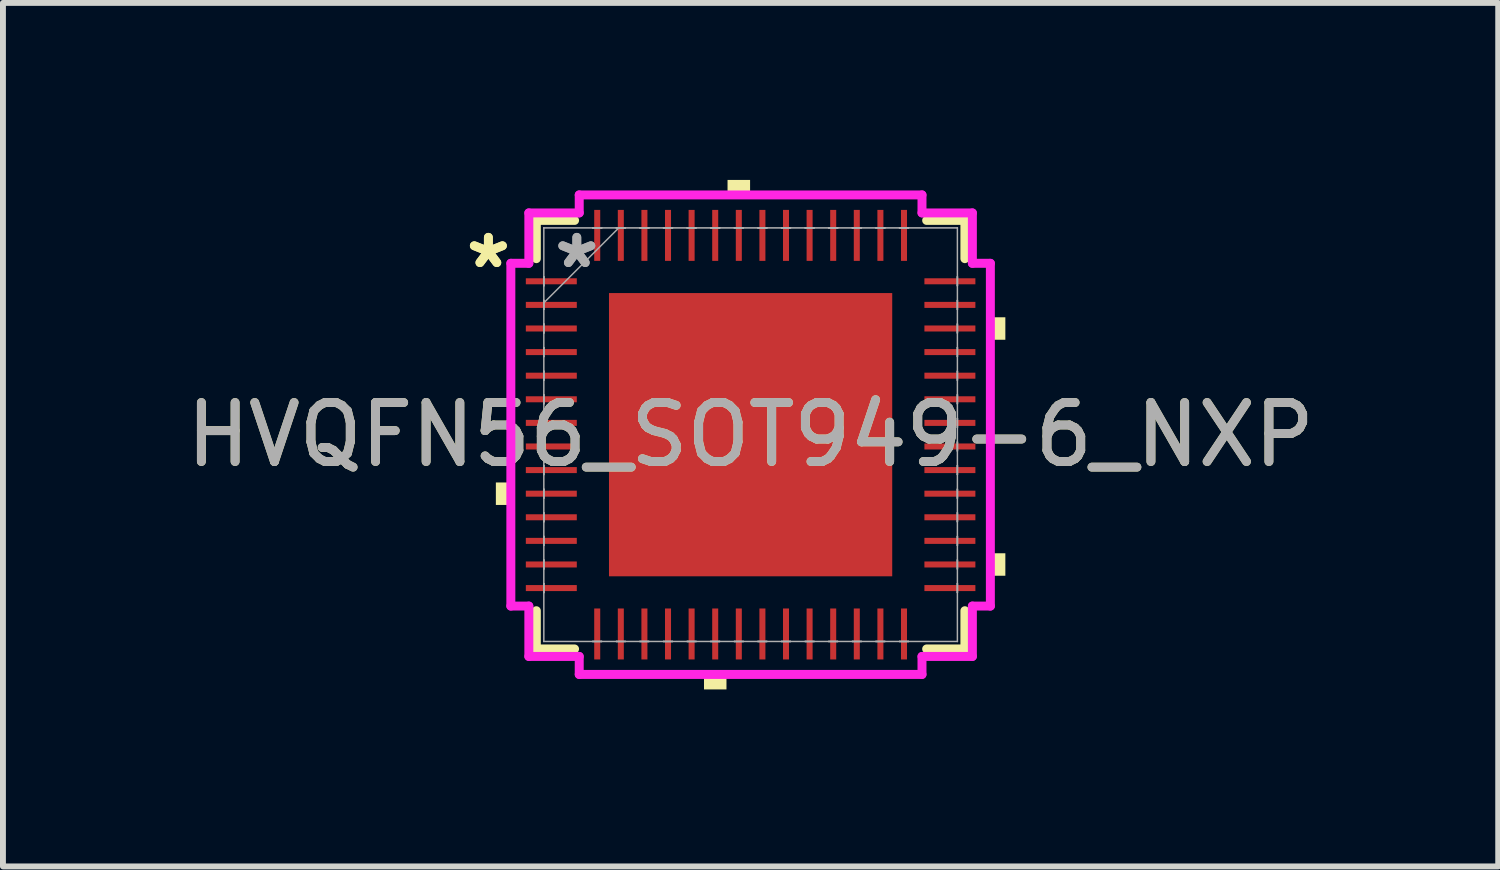
<source format=kicad_pcb>
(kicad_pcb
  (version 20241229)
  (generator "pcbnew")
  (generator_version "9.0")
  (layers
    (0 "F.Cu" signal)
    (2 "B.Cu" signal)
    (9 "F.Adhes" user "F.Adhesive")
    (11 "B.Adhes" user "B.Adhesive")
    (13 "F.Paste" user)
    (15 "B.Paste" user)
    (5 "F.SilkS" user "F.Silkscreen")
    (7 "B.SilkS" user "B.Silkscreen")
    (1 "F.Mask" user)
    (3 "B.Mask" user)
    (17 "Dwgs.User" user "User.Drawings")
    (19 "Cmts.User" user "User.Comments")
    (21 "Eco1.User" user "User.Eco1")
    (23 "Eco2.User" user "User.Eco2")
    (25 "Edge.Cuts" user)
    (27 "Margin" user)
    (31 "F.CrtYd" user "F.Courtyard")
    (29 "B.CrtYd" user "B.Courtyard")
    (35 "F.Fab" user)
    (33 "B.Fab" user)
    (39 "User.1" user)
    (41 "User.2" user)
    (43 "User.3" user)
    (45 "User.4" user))
  (footprint "HVQFN56_SOT949-6_NXP"
    (layer "F.Cu")
    (at 9.673 4.318)
    (property "Reference" "HVQFN56_SOT949-6_NXP" (at 0 0 0) (unlocked yes) (layer "F.SilkS") (effects (font (size 1 1) (thickness 0.15))))
    (attr smd)
    (fp_line (start -3.632 -3.632) (end -3.632 -2.984) (stroke (width 0.152) (type solid)) (layer "F.SilkS"))
    (fp_line (start -3.632 2.984) (end -3.632 3.632) (stroke (width 0.152) (type solid)) (layer "F.SilkS"))
    (fp_line (start -3.632 3.632) (end -2.984 3.632) (stroke (width 0.152) (type solid)) (layer "F.SilkS"))
    (fp_line (start -2.984 -3.632) (end -3.632 -3.632) (stroke (width 0.152) (type solid)) (layer "F.SilkS"))
    (fp_line (start 2.984 3.632) (end 3.632 3.632) (stroke (width 0.152) (type solid)) (layer "F.SilkS"))
    (fp_line (start 3.632 -3.632) (end 2.984 -3.632) (stroke (width 0.152) (type solid)) (layer "F.SilkS"))
    (fp_line (start 3.632 -2.984) (end 3.632 -3.632) (stroke (width 0.152) (type solid)) (layer "F.SilkS"))
    (fp_line (start 3.632 3.632) (end 3.632 2.984) (stroke (width 0.152) (type solid)) (layer "F.SilkS"))
    (fp_poly (pts (xy -4.318 0.81) (xy -4.318 1.191) (xy -4.064 1.191) (xy -4.064 0.81)) (stroke (width 0) (type solid)) (fill yes) (layer "F.SilkS"))
    (fp_poly (pts (xy -0.79 4.064) (xy -0.79 4.318) (xy -0.409 4.318) (xy -0.409 4.064)) (stroke (width 0) (type solid)) (fill yes) (layer "F.SilkS"))
    (fp_poly (pts (xy -0.391 -4.064) (xy -0.391 -4.318) (xy -0.009 -4.318) (xy -0.009 -4.064)) (stroke (width 0) (type solid)) (fill yes) (layer "F.SilkS"))
    (fp_poly (pts (xy 4.318 -1.99) (xy 4.318 -1.609) (xy 4.064 -1.609) (xy 4.064 -1.99)) (stroke (width 0) (type solid)) (fill yes) (layer "F.SilkS"))
    (fp_poly (pts (xy 4.318 2.01) (xy 4.318 2.391) (xy 4.064 2.391) (xy 4.064 2.01)) (stroke (width 0) (type solid)) (fill yes) (layer "F.SilkS"))
    (fp_poly (pts (xy -2.3 -2.3) (xy -2.3 -0.9) (xy -0.9 -0.9) (xy -0.9 -2.3)) (stroke (width 0) (type solid)) (fill yes) (layer "F.Paste"))
    (fp_poly (pts (xy -2.3 -0.7) (xy -2.3 0.7) (xy -0.9 0.7) (xy -0.9 -0.7)) (stroke (width 0) (type solid)) (fill yes) (layer "F.Paste"))
    (fp_poly (pts (xy -2.3 0.9) (xy -2.3 2.3) (xy -0.9 2.3) (xy -0.9 0.9)) (stroke (width 0) (type solid)) (fill yes) (layer "F.Paste"))
    (fp_poly (pts (xy -0.7 -2.3) (xy -0.7 -0.9) (xy 0.7 -0.9) (xy 0.7 -2.3)) (stroke (width 0) (type solid)) (fill yes) (layer "F.Paste"))
    (fp_poly (pts (xy -0.7 -0.7) (xy -0.7 0.7) (xy 0.7 0.7) (xy 0.7 -0.7)) (stroke (width 0) (type solid)) (fill yes) (layer "F.Paste"))
    (fp_poly (pts (xy -0.7 0.9) (xy -0.7 2.3) (xy 0.7 2.3) (xy 0.7 0.9)) (stroke (width 0) (type solid)) (fill yes) (layer "F.Paste"))
    (fp_poly (pts (xy 0.9 -2.3) (xy 0.9 -0.9) (xy 2.3 -0.9) (xy 2.3 -2.3)) (stroke (width 0) (type solid)) (fill yes) (layer "F.Paste"))
    (fp_poly (pts (xy 0.9 -0.7) (xy 0.9 0.7) (xy 2.3 0.7) (xy 2.3 -0.7)) (stroke (width 0) (type solid)) (fill yes) (layer "F.Paste"))
    (fp_poly (pts (xy 0.9 0.9) (xy 0.9 2.3) (xy 2.3 2.3) (xy 2.3 0.9)) (stroke (width 0) (type solid)) (fill yes) (layer "F.Paste"))
    (fp_line (start -4.064 -2.905) (end -3.759 -2.905) (stroke (width 0.152) (type solid)) (layer "F.CrtYd"))
    (fp_line (start -4.064 2.905) (end -4.064 -2.905) (stroke (width 0.152) (type solid)) (layer "F.CrtYd"))
    (fp_line (start -3.759 -3.759) (end -2.905 -3.759) (stroke (width 0.152) (type solid)) (layer "F.CrtYd"))
    (fp_line (start -3.759 -2.905) (end -3.759 -3.759) (stroke (width 0.152) (type solid)) (layer "F.CrtYd"))
    (fp_line (start -3.759 2.905) (end -4.064 2.905) (stroke (width 0.152) (type solid)) (layer "F.CrtYd"))
    (fp_line (start -3.759 3.759) (end -3.759 2.905) (stroke (width 0.152) (type solid)) (layer "F.CrtYd"))
    (fp_line (start -2.905 -4.064) (end 2.905 -4.064) (stroke (width 0.152) (type solid)) (layer "F.CrtYd"))
    (fp_line (start -2.905 -3.759) (end -2.905 -4.064) (stroke (width 0.152) (type solid)) (layer "F.CrtYd"))
    (fp_line (start -2.905 3.759) (end -3.759 3.759) (stroke (width 0.152) (type solid)) (layer "F.CrtYd"))
    (fp_line (start -2.905 4.064) (end -2.905 3.759) (stroke (width 0.152) (type solid)) (layer "F.CrtYd"))
    (fp_line (start 2.905 -4.064) (end 2.905 -3.759) (stroke (width 0.152) (type solid)) (layer "F.CrtYd"))
    (fp_line (start 2.905 -3.759) (end 3.759 -3.759) (stroke (width 0.152) (type solid)) (layer "F.CrtYd"))
    (fp_line (start 2.905 3.759) (end 2.905 4.064) (stroke (width 0.152) (type solid)) (layer "F.CrtYd"))
    (fp_line (start 2.905 4.064) (end -2.905 4.064) (stroke (width 0.152) (type solid)) (layer "F.CrtYd"))
    (fp_line (start 3.759 -3.759) (end 3.759 -2.905) (stroke (width 0.152) (type solid)) (layer "F.CrtYd"))
    (fp_line (start 3.759 -2.905) (end 4.064 -2.905) (stroke (width 0.152) (type solid)) (layer "F.CrtYd"))
    (fp_line (start 3.759 2.905) (end 3.759 3.759) (stroke (width 0.152) (type solid)) (layer "F.CrtYd"))
    (fp_line (start 3.759 3.759) (end 2.905 3.759) (stroke (width 0.152) (type solid)) (layer "F.CrtYd"))
    (fp_line (start 4.064 -2.905) (end 4.064 2.905) (stroke (width 0.152) (type solid)) (layer "F.CrtYd"))
    (fp_line (start 4.064 2.905) (end 3.759 2.905) (stroke (width 0.152) (type solid)) (layer "F.CrtYd"))
    (fp_line (start -3.505 -3.505) (end -3.505 -3.505) (stroke (width 0.025) (type solid)) (layer "F.Fab"))
    (fp_line (start -3.505 -3.505) (end -3.505 3.505) (stroke (width 0.025) (type solid)) (layer "F.Fab"))
    (fp_line (start -3.505 -2.676) (end -3.505 -2.676) (stroke (width 0.025) (type solid)) (layer "F.Fab"))
    (fp_line (start -3.505 -2.676) (end -3.505 -2.524) (stroke (width 0.025) (type solid)) (layer "F.Fab"))
    (fp_line (start -3.505 -2.524) (end -3.505 -2.676) (stroke (width 0.025) (type solid)) (layer "F.Fab"))
    (fp_line (start -3.505 -2.524) (end -3.505 -2.524) (stroke (width 0.025) (type solid)) (layer "F.Fab"))
    (fp_line (start -3.505 -2.276) (end -3.505 -2.276) (stroke (width 0.025) (type solid)) (layer "F.Fab"))
    (fp_line (start -3.505 -2.276) (end -3.505 -2.124) (stroke (width 0.025) (type solid)) (layer "F.Fab"))
    (fp_line (start -3.505 -2.235) (end -2.235 -3.505) (stroke (width 0.025) (type solid)) (layer "F.Fab"))
    (fp_line (start -3.505 -2.124) (end -3.505 -2.276) (stroke (width 0.025) (type solid)) (layer "F.Fab"))
    (fp_line (start -3.505 -2.124) (end -3.505 -2.124) (stroke (width 0.025) (type solid)) (layer "F.Fab"))
    (fp_line (start -3.505 -1.876) (end -3.505 -1.876) (stroke (width 0.025) (type solid)) (layer "F.Fab"))
    (fp_line (start -3.505 -1.876) (end -3.505 -1.724) (stroke (width 0.025) (type solid)) (layer "F.Fab"))
    (fp_line (start -3.505 -1.724) (end -3.505 -1.876) (stroke (width 0.025) (type solid)) (layer "F.Fab"))
    (fp_line (start -3.505 -1.724) (end -3.505 -1.724) (stroke (width 0.025) (type solid)) (layer "F.Fab"))
    (fp_line (start -3.505 -1.476) (end -3.505 -1.476) (stroke (width 0.025) (type solid)) (layer "F.Fab"))
    (fp_line (start -3.505 -1.476) (end -3.505 -1.324) (stroke (width 0.025) (type solid)) (layer "F.Fab"))
    (fp_line (start -3.505 -1.324) (end -3.505 -1.476) (stroke (width 0.025) (type solid)) (layer "F.Fab"))
    (fp_line (start -3.505 -1.324) (end -3.505 -1.324) (stroke (width 0.025) (type solid)) (layer "F.Fab"))
    (fp_line (start -3.505 -1.076) (end -3.505 -1.076) (stroke (width 0.025) (type solid)) (layer "F.Fab"))
    (fp_line (start -3.505 -1.076) (end -3.505 -0.924) (stroke (width 0.025) (type solid)) (layer "F.Fab"))
    (fp_line (start -3.505 -0.924) (end -3.505 -1.076) (stroke (width 0.025) (type solid)) (layer "F.Fab"))
    (fp_line (start -3.505 -0.924) (end -3.505 -0.924) (stroke (width 0.025) (type solid)) (layer "F.Fab"))
    (fp_line (start -3.505 -0.676) (end -3.505 -0.676) (stroke (width 0.025) (type solid)) (layer "F.Fab"))
    (fp_line (start -3.505 -0.676) (end -3.505 -0.524) (stroke (width 0.025) (type solid)) (layer "F.Fab"))
    (fp_line (start -3.505 -0.524) (end -3.505 -0.676) (stroke (width 0.025) (type solid)) (layer "F.Fab"))
    (fp_line (start -3.505 -0.524) (end -3.505 -0.524) (stroke (width 0.025) (type solid)) (layer "F.Fab"))
    (fp_line (start -3.505 -0.276) (end -3.505 -0.276) (stroke (width 0.025) (type solid)) (layer "F.Fab"))
    (fp_line (start -3.505 -0.276) (end -3.505 -0.124) (stroke (width 0.025) (type solid)) (layer "F.Fab"))
    (fp_line (start -3.505 -0.124) (end -3.505 -0.276) (stroke (width 0.025) (type solid)) (layer "F.Fab"))
    (fp_line (start -3.505 -0.124) (end -3.505 -0.124) (stroke (width 0.025) (type solid)) (layer "F.Fab"))
    (fp_line (start -3.505 0.124) (end -3.505 0.124) (stroke (width 0.025) (type solid)) (layer "F.Fab"))
    (fp_line (start -3.505 0.124) (end -3.505 0.276) (stroke (width 0.025) (type solid)) (layer "F.Fab"))
    (fp_line (start -3.505 0.276) (end -3.505 0.124) (stroke (width 0.025) (type solid)) (layer "F.Fab"))
    (fp_line (start -3.505 0.276) (end -3.505 0.276) (stroke (width 0.025) (type solid)) (layer "F.Fab"))
    (fp_line (start -3.505 0.524) (end -3.505 0.524) (stroke (width 0.025) (type solid)) (layer "F.Fab"))
    (fp_line (start -3.505 0.524) (end -3.505 0.676) (stroke (width 0.025) (type solid)) (layer "F.Fab"))
    (fp_line (start -3.505 0.676) (end -3.505 0.524) (stroke (width 0.025) (type solid)) (layer "F.Fab"))
    (fp_line (start -3.505 0.676) (end -3.505 0.676) (stroke (width 0.025) (type solid)) (layer "F.Fab"))
    (fp_line (start -3.505 0.924) (end -3.505 0.924) (stroke (width 0.025) (type solid)) (layer "F.Fab"))
    (fp_line (start -3.505 0.924) (end -3.505 1.076) (stroke (width 0.025) (type solid)) (layer "F.Fab"))
    (fp_line (start -3.505 1.076) (end -3.505 0.924) (stroke (width 0.025) (type solid)) (layer "F.Fab"))
    (fp_line (start -3.505 1.076) (end -3.505 1.076) (stroke (width 0.025) (type solid)) (layer "F.Fab"))
    (fp_line (start -3.505 1.324) (end -3.505 1.324) (stroke (width 0.025) (type solid)) (layer "F.Fab"))
    (fp_line (start -3.505 1.324) (end -3.505 1.476) (stroke (width 0.025) (type solid)) (layer "F.Fab"))
    (fp_line (start -3.505 1.476) (end -3.505 1.324) (stroke (width 0.025) (type solid)) (layer "F.Fab"))
    (fp_line (start -3.505 1.476) (end -3.505 1.476) (stroke (width 0.025) (type solid)) (layer "F.Fab"))
    (fp_line (start -3.505 1.724) (end -3.505 1.724) (stroke (width 0.025) (type solid)) (layer "F.Fab"))
    (fp_line (start -3.505 1.724) (end -3.505 1.876) (stroke (width 0.025) (type solid)) (layer "F.Fab"))
    (fp_line (start -3.505 1.876) (end -3.505 1.724) (stroke (width 0.025) (type solid)) (layer "F.Fab"))
    (fp_line (start -3.505 1.876) (end -3.505 1.876) (stroke (width 0.025) (type solid)) (layer "F.Fab"))
    (fp_line (start -3.505 2.124) (end -3.505 2.124) (stroke (width 0.025) (type solid)) (layer "F.Fab"))
    (fp_line (start -3.505 2.124) (end -3.505 2.276) (stroke (width 0.025) (type solid)) (layer "F.Fab"))
    (fp_line (start -3.505 2.276) (end -3.505 2.124) (stroke (width 0.025) (type solid)) (layer "F.Fab"))
    (fp_line (start -3.505 2.276) (end -3.505 2.276) (stroke (width 0.025) (type solid)) (layer "F.Fab"))
    (fp_line (start -3.505 2.524) (end -3.505 2.524) (stroke (width 0.025) (type solid)) (layer "F.Fab"))
    (fp_line (start -3.505 2.524) (end -3.505 2.676) (stroke (width 0.025) (type solid)) (layer "F.Fab"))
    (fp_line (start -3.505 2.676) (end -3.505 2.524) (stroke (width 0.025) (type solid)) (layer "F.Fab"))
    (fp_line (start -3.505 2.676) (end -3.505 2.676) (stroke (width 0.025) (type solid)) (layer "F.Fab"))
    (fp_line (start -3.505 3.505) (end -3.505 3.505) (stroke (width 0.025) (type solid)) (layer "F.Fab"))
    (fp_line (start -3.505 3.505) (end 3.505 3.505) (stroke (width 0.025) (type solid)) (layer "F.Fab"))
    (fp_line (start -2.676 -3.505) (end -2.676 -3.505) (stroke (width 0.025) (type solid)) (layer "F.Fab"))
    (fp_line (start -2.676 -3.505) (end -2.524 -3.505) (stroke (width 0.025) (type solid)) (layer "F.Fab"))
    (fp_line (start -2.676 3.505) (end -2.676 3.505) (stroke (width 0.025) (type solid)) (layer "F.Fab"))
    (fp_line (start -2.676 3.505) (end -2.524 3.505) (stroke (width 0.025) (type solid)) (layer "F.Fab"))
    (fp_line (start -2.524 -3.505) (end -2.676 -3.505) (stroke (width 0.025) (type solid)) (layer "F.Fab"))
    (fp_line (start -2.524 -3.505) (end -2.524 -3.505) (stroke (width 0.025) (type solid)) (layer "F.Fab"))
    (fp_line (start -2.524 3.505) (end -2.676 3.505) (stroke (width 0.025) (type solid)) (layer "F.Fab"))
    (fp_line (start -2.524 3.505) (end -2.524 3.505) (stroke (width 0.025) (type solid)) (layer "F.Fab"))
    (fp_line (start -2.276 -3.505) (end -2.276 -3.505) (stroke (width 0.025) (type solid)) (layer "F.Fab"))
    (fp_line (start -2.276 -3.505) (end -2.124 -3.505) (stroke (width 0.025) (type solid)) (layer "F.Fab"))
    (fp_line (start -2.276 3.505) (end -2.276 3.505) (stroke (width 0.025) (type solid)) (layer "F.Fab"))
    (fp_line (start -2.276 3.505) (end -2.124 3.505) (stroke (width 0.025) (type solid)) (layer "F.Fab"))
    (fp_line (start -2.124 -3.505) (end -2.276 -3.505) (stroke (width 0.025) (type solid)) (layer "F.Fab"))
    (fp_line (start -2.124 -3.505) (end -2.124 -3.505) (stroke (width 0.025) (type solid)) (layer "F.Fab"))
    (fp_line (start -2.124 3.505) (end -2.276 3.505) (stroke (width 0.025) (type solid)) (layer "F.Fab"))
    (fp_line (start -2.124 3.505) (end -2.124 3.505) (stroke (width 0.025) (type solid)) (layer "F.Fab"))
    (fp_line (start -1.876 -3.505) (end -1.876 -3.505) (stroke (width 0.025) (type solid)) (layer "F.Fab"))
    (fp_line (start -1.876 -3.505) (end -1.724 -3.505) (stroke (width 0.025) (type solid)) (layer "F.Fab"))
    (fp_line (start -1.876 3.505) (end -1.876 3.505) (stroke (width 0.025) (type solid)) (layer "F.Fab"))
    (fp_line (start -1.876 3.505) (end -1.724 3.505) (stroke (width 0.025) (type solid)) (layer "F.Fab"))
    (fp_line (start -1.724 -3.505) (end -1.876 -3.505) (stroke (width 0.025) (type solid)) (layer "F.Fab"))
    (fp_line (start -1.724 -3.505) (end -1.724 -3.505) (stroke (width 0.025) (type solid)) (layer "F.Fab"))
    (fp_line (start -1.724 3.505) (end -1.876 3.505) (stroke (width 0.025) (type solid)) (layer "F.Fab"))
    (fp_line (start -1.724 3.505) (end -1.724 3.505) (stroke (width 0.025) (type solid)) (layer "F.Fab"))
    (fp_line (start -1.476 -3.505) (end -1.476 -3.505) (stroke (width 0.025) (type solid)) (layer "F.Fab"))
    (fp_line (start -1.476 -3.505) (end -1.324 -3.505) (stroke (width 0.025) (type solid)) (layer "F.Fab"))
    (fp_line (start -1.476 3.505) (end -1.476 3.505) (stroke (width 0.025) (type solid)) (layer "F.Fab"))
    (fp_line (start -1.476 3.505) (end -1.324 3.505) (stroke (width 0.025) (type solid)) (layer "F.Fab"))
    (fp_line (start -1.324 -3.505) (end -1.476 -3.505) (stroke (width 0.025) (type solid)) (layer "F.Fab"))
    (fp_line (start -1.324 -3.505) (end -1.324 -3.505) (stroke (width 0.025) (type solid)) (layer "F.Fab"))
    (fp_line (start -1.324 3.505) (end -1.476 3.505) (stroke (width 0.025) (type solid)) (layer "F.Fab"))
    (fp_line (start -1.324 3.505) (end -1.324 3.505) (stroke (width 0.025) (type solid)) (layer "F.Fab"))
    (fp_line (start -1.076 -3.505) (end -1.076 -3.505) (stroke (width 0.025) (type solid)) (layer "F.Fab"))
    (fp_line (start -1.076 -3.505) (end -0.924 -3.505) (stroke (width 0.025) (type solid)) (layer "F.Fab"))
    (fp_line (start -1.076 3.505) (end -1.076 3.505) (stroke (width 0.025) (type solid)) (layer "F.Fab"))
    (fp_line (start -1.076 3.505) (end -0.924 3.505) (stroke (width 0.025) (type solid)) (layer "F.Fab"))
    (fp_line (start -0.924 -3.505) (end -1.076 -3.505) (stroke (width 0.025) (type solid)) (layer "F.Fab"))
    (fp_line (start -0.924 -3.505) (end -0.924 -3.505) (stroke (width 0.025) (type solid)) (layer "F.Fab"))
    (fp_line (start -0.924 3.505) (end -1.076 3.505) (stroke (width 0.025) (type solid)) (layer "F.Fab"))
    (fp_line (start -0.924 3.505) (end -0.924 3.505) (stroke (width 0.025) (type solid)) (layer "F.Fab"))
    (fp_line (start -0.676 -3.505) (end -0.676 -3.505) (stroke (width 0.025) (type solid)) (layer "F.Fab"))
    (fp_line (start -0.676 -3.505) (end -0.524 -3.505) (stroke (width 0.025) (type solid)) (layer "F.Fab"))
    (fp_line (start -0.676 3.505) (end -0.676 3.505) (stroke (width 0.025) (type solid)) (layer "F.Fab"))
    (fp_line (start -0.676 3.505) (end -0.524 3.505) (stroke (width 0.025) (type solid)) (layer "F.Fab"))
    (fp_line (start -0.524 -3.505) (end -0.676 -3.505) (stroke (width 0.025) (type solid)) (layer "F.Fab"))
    (fp_line (start -0.524 -3.505) (end -0.524 -3.505) (stroke (width 0.025) (type solid)) (layer "F.Fab"))
    (fp_line (start -0.524 3.505) (end -0.676 3.505) (stroke (width 0.025) (type solid)) (layer "F.Fab"))
    (fp_line (start -0.524 3.505) (end -0.524 3.505) (stroke (width 0.025) (type solid)) (layer "F.Fab"))
    (fp_line (start -0.276 -3.505) (end -0.276 -3.505) (stroke (width 0.025) (type solid)) (layer "F.Fab"))
    (fp_line (start -0.276 -3.505) (end -0.124 -3.505) (stroke (width 0.025) (type solid)) (layer "F.Fab"))
    (fp_line (start -0.276 3.505) (end -0.276 3.505) (stroke (width 0.025) (type solid)) (layer "F.Fab"))
    (fp_line (start -0.276 3.505) (end -0.124 3.505) (stroke (width 0.025) (type solid)) (layer "F.Fab"))
    (fp_line (start -0.124 -3.505) (end -0.276 -3.505) (stroke (width 0.025) (type solid)) (layer "F.Fab"))
    (fp_line (start -0.124 -3.505) (end -0.124 -3.505) (stroke (width 0.025) (type solid)) (layer "F.Fab"))
    (fp_line (start -0.124 3.505) (end -0.276 3.505) (stroke (width 0.025) (type solid)) (layer "F.Fab"))
    (fp_line (start -0.124 3.505) (end -0.124 3.505) (stroke (width 0.025) (type solid)) (layer "F.Fab"))
    (fp_line (start 0.124 -3.505) (end 0.124 -3.505) (stroke (width 0.025) (type solid)) (layer "F.Fab"))
    (fp_line (start 0.124 -3.505) (end 0.276 -3.505) (stroke (width 0.025) (type solid)) (layer "F.Fab"))
    (fp_line (start 0.124 3.505) (end 0.124 3.505) (stroke (width 0.025) (type solid)) (layer "F.Fab"))
    (fp_line (start 0.124 3.505) (end 0.276 3.505) (stroke (width 0.025) (type solid)) (layer "F.Fab"))
    (fp_line (start 0.276 -3.505) (end 0.124 -3.505) (stroke (width 0.025) (type solid)) (layer "F.Fab"))
    (fp_line (start 0.276 -3.505) (end 0.276 -3.505) (stroke (width 0.025) (type solid)) (layer "F.Fab"))
    (fp_line (start 0.276 3.505) (end 0.124 3.505) (stroke (width 0.025) (type solid)) (layer "F.Fab"))
    (fp_line (start 0.276 3.505) (end 0.276 3.505) (stroke (width 0.025) (type solid)) (layer "F.Fab"))
    (fp_line (start 0.524 -3.505) (end 0.524 -3.505) (stroke (width 0.025) (type solid)) (layer "F.Fab"))
    (fp_line (start 0.524 -3.505) (end 0.676 -3.505) (stroke (width 0.025) (type solid)) (layer "F.Fab"))
    (fp_line (start 0.524 3.505) (end 0.524 3.505) (stroke (width 0.025) (type solid)) (layer "F.Fab"))
    (fp_line (start 0.524 3.505) (end 0.676 3.505) (stroke (width 0.025) (type solid)) (layer "F.Fab"))
    (fp_line (start 0.676 -3.505) (end 0.524 -3.505) (stroke (width 0.025) (type solid)) (layer "F.Fab"))
    (fp_line (start 0.676 -3.505) (end 0.676 -3.505) (stroke (width 0.025) (type solid)) (layer "F.Fab"))
    (fp_line (start 0.676 3.505) (end 0.524 3.505) (stroke (width 0.025) (type solid)) (layer "F.Fab"))
    (fp_line (start 0.676 3.505) (end 0.676 3.505) (stroke (width 0.025) (type solid)) (layer "F.Fab"))
    (fp_line (start 0.924 -3.505) (end 0.924 -3.505) (stroke (width 0.025) (type solid)) (layer "F.Fab"))
    (fp_line (start 0.924 -3.505) (end 1.076 -3.505) (stroke (width 0.025) (type solid)) (layer "F.Fab"))
    (fp_line (start 0.924 3.505) (end 0.924 3.505) (stroke (width 0.025) (type solid)) (layer "F.Fab"))
    (fp_line (start 0.924 3.505) (end 1.076 3.505) (stroke (width 0.025) (type solid)) (layer "F.Fab"))
    (fp_line (start 1.076 -3.505) (end 0.924 -3.505) (stroke (width 0.025) (type solid)) (layer "F.Fab"))
    (fp_line (start 1.076 -3.505) (end 1.076 -3.505) (stroke (width 0.025) (type solid)) (layer "F.Fab"))
    (fp_line (start 1.076 3.505) (end 0.924 3.505) (stroke (width 0.025) (type solid)) (layer "F.Fab"))
    (fp_line (start 1.076 3.505) (end 1.076 3.505) (stroke (width 0.025) (type solid)) (layer "F.Fab"))
    (fp_line (start 1.324 -3.505) (end 1.324 -3.505) (stroke (width 0.025) (type solid)) (layer "F.Fab"))
    (fp_line (start 1.324 -3.505) (end 1.476 -3.505) (stroke (width 0.025) (type solid)) (layer "F.Fab"))
    (fp_line (start 1.324 3.505) (end 1.324 3.505) (stroke (width 0.025) (type solid)) (layer "F.Fab"))
    (fp_line (start 1.324 3.505) (end 1.476 3.505) (stroke (width 0.025) (type solid)) (layer "F.Fab"))
    (fp_line (start 1.476 -3.505) (end 1.324 -3.505) (stroke (width 0.025) (type solid)) (layer "F.Fab"))
    (fp_line (start 1.476 -3.505) (end 1.476 -3.505) (stroke (width 0.025) (type solid)) (layer "F.Fab"))
    (fp_line (start 1.476 3.505) (end 1.324 3.505) (stroke (width 0.025) (type solid)) (layer "F.Fab"))
    (fp_line (start 1.476 3.505) (end 1.476 3.505) (stroke (width 0.025) (type solid)) (layer "F.Fab"))
    (fp_line (start 1.724 -3.505) (end 1.724 -3.505) (stroke (width 0.025) (type solid)) (layer "F.Fab"))
    (fp_line (start 1.724 -3.505) (end 1.876 -3.505) (stroke (width 0.025) (type solid)) (layer "F.Fab"))
    (fp_line (start 1.724 3.505) (end 1.724 3.505) (stroke (width 0.025) (type solid)) (layer "F.Fab"))
    (fp_line (start 1.724 3.505) (end 1.876 3.505) (stroke (width 0.025) (type solid)) (layer "F.Fab"))
    (fp_line (start 1.876 -3.505) (end 1.724 -3.505) (stroke (width 0.025) (type solid)) (layer "F.Fab"))
    (fp_line (start 1.876 -3.505) (end 1.876 -3.505) (stroke (width 0.025) (type solid)) (layer "F.Fab"))
    (fp_line (start 1.876 3.505) (end 1.724 3.505) (stroke (width 0.025) (type solid)) (layer "F.Fab"))
    (fp_line (start 1.876 3.505) (end 1.876 3.505) (stroke (width 0.025) (type solid)) (layer "F.Fab"))
    (fp_line (start 2.124 -3.505) (end 2.124 -3.505) (stroke (width 0.025) (type solid)) (layer "F.Fab"))
    (fp_line (start 2.124 -3.505) (end 2.276 -3.505) (stroke (width 0.025) (type solid)) (layer "F.Fab"))
    (fp_line (start 2.124 3.505) (end 2.124 3.505) (stroke (width 0.025) (type solid)) (layer "F.Fab"))
    (fp_line (start 2.124 3.505) (end 2.276 3.505) (stroke (width 0.025) (type solid)) (layer "F.Fab"))
    (fp_line (start 2.276 -3.505) (end 2.124 -3.505) (stroke (width 0.025) (type solid)) (layer "F.Fab"))
    (fp_line (start 2.276 -3.505) (end 2.276 -3.505) (stroke (width 0.025) (type solid)) (layer "F.Fab"))
    (fp_line (start 2.276 3.505) (end 2.124 3.505) (stroke (width 0.025) (type solid)) (layer "F.Fab"))
    (fp_line (start 2.276 3.505) (end 2.276 3.505) (stroke (width 0.025) (type solid)) (layer "F.Fab"))
    (fp_line (start 2.524 -3.505) (end 2.524 -3.505) (stroke (width 0.025) (type solid)) (layer "F.Fab"))
    (fp_line (start 2.524 -3.505) (end 2.676 -3.505) (stroke (width 0.025) (type solid)) (layer "F.Fab"))
    (fp_line (start 2.524 3.505) (end 2.524 3.505) (stroke (width 0.025) (type solid)) (layer "F.Fab"))
    (fp_line (start 2.524 3.505) (end 2.676 3.505) (stroke (width 0.025) (type solid)) (layer "F.Fab"))
    (fp_line (start 2.676 -3.505) (end 2.524 -3.505) (stroke (width 0.025) (type solid)) (layer "F.Fab"))
    (fp_line (start 2.676 -3.505) (end 2.676 -3.505) (stroke (width 0.025) (type solid)) (layer "F.Fab"))
    (fp_line (start 2.676 3.505) (end 2.524 3.505) (stroke (width 0.025) (type solid)) (layer "F.Fab"))
    (fp_line (start 2.676 3.505) (end 2.676 3.505) (stroke (width 0.025) (type solid)) (layer "F.Fab"))
    (fp_line (start 3.505 -3.505) (end -3.505 -3.505) (stroke (width 0.025) (type solid)) (layer "F.Fab"))
    (fp_line (start 3.505 -3.505) (end 3.505 -3.505) (stroke (width 0.025) (type solid)) (layer "F.Fab"))
    (fp_line (start 3.505 -2.676) (end 3.505 -2.676) (stroke (width 0.025) (type solid)) (layer "F.Fab"))
    (fp_line (start 3.505 -2.676) (end 3.505 -2.524) (stroke (width 0.025) (type solid)) (layer "F.Fab"))
    (fp_line (start 3.505 -2.524) (end 3.505 -2.676) (stroke (width 0.025) (type solid)) (layer "F.Fab"))
    (fp_line (start 3.505 -2.524) (end 3.505 -2.524) (stroke (width 0.025) (type solid)) (layer "F.Fab"))
    (fp_line (start 3.505 -2.276) (end 3.505 -2.276) (stroke (width 0.025) (type solid)) (layer "F.Fab"))
    (fp_line (start 3.505 -2.276) (end 3.505 -2.124) (stroke (width 0.025) (type solid)) (layer "F.Fab"))
    (fp_line (start 3.505 -2.124) (end 3.505 -2.276) (stroke (width 0.025) (type solid)) (layer "F.Fab"))
    (fp_line (start 3.505 -2.124) (end 3.505 -2.124) (stroke (width 0.025) (type solid)) (layer "F.Fab"))
    (fp_line (start 3.505 -1.876) (end 3.505 -1.876) (stroke (width 0.025) (type solid)) (layer "F.Fab"))
    (fp_line (start 3.505 -1.876) (end 3.505 -1.724) (stroke (width 0.025) (type solid)) (layer "F.Fab"))
    (fp_line (start 3.505 -1.724) (end 3.505 -1.876) (stroke (width 0.025) (type solid)) (layer "F.Fab"))
    (fp_line (start 3.505 -1.724) (end 3.505 -1.724) (stroke (width 0.025) (type solid)) (layer "F.Fab"))
    (fp_line (start 3.505 -1.476) (end 3.505 -1.476) (stroke (width 0.025) (type solid)) (layer "F.Fab"))
    (fp_line (start 3.505 -1.476) (end 3.505 -1.324) (stroke (width 0.025) (type solid)) (layer "F.Fab"))
    (fp_line (start 3.505 -1.324) (end 3.505 -1.476) (stroke (width 0.025) (type solid)) (layer "F.Fab"))
    (fp_line (start 3.505 -1.324) (end 3.505 -1.324) (stroke (width 0.025) (type solid)) (layer "F.Fab"))
    (fp_line (start 3.505 -1.076) (end 3.505 -1.076) (stroke (width 0.025) (type solid)) (layer "F.Fab"))
    (fp_line (start 3.505 -1.076) (end 3.505 -0.924) (stroke (width 0.025) (type solid)) (layer "F.Fab"))
    (fp_line (start 3.505 -0.924) (end 3.505 -1.076) (stroke (width 0.025) (type solid)) (layer "F.Fab"))
    (fp_line (start 3.505 -0.924) (end 3.505 -0.924) (stroke (width 0.025) (type solid)) (layer "F.Fab"))
    (fp_line (start 3.505 -0.676) (end 3.505 -0.676) (stroke (width 0.025) (type solid)) (layer "F.Fab"))
    (fp_line (start 3.505 -0.676) (end 3.505 -0.524) (stroke (width 0.025) (type solid)) (layer "F.Fab"))
    (fp_line (start 3.505 -0.524) (end 3.505 -0.676) (stroke (width 0.025) (type solid)) (layer "F.Fab"))
    (fp_line (start 3.505 -0.524) (end 3.505 -0.524) (stroke (width 0.025) (type solid)) (layer "F.Fab"))
    (fp_line (start 3.505 -0.276) (end 3.505 -0.276) (stroke (width 0.025) (type solid)) (layer "F.Fab"))
    (fp_line (start 3.505 -0.276) (end 3.505 -0.124) (stroke (width 0.025) (type solid)) (layer "F.Fab"))
    (fp_line (start 3.505 -0.124) (end 3.505 -0.276) (stroke (width 0.025) (type solid)) (layer "F.Fab"))
    (fp_line (start 3.505 -0.124) (end 3.505 -0.124) (stroke (width 0.025) (type solid)) (layer "F.Fab"))
    (fp_line (start 3.505 0.124) (end 3.505 0.124) (stroke (width 0.025) (type solid)) (layer "F.Fab"))
    (fp_line (start 3.505 0.124) (end 3.505 0.276) (stroke (width 0.025) (type solid)) (layer "F.Fab"))
    (fp_line (start 3.505 0.276) (end 3.505 0.124) (stroke (width 0.025) (type solid)) (layer "F.Fab"))
    (fp_line (start 3.505 0.276) (end 3.505 0.276) (stroke (width 0.025) (type solid)) (layer "F.Fab"))
    (fp_line (start 3.505 0.524) (end 3.505 0.524) (stroke (width 0.025) (type solid)) (layer "F.Fab"))
    (fp_line (start 3.505 0.524) (end 3.505 0.676) (stroke (width 0.025) (type solid)) (layer "F.Fab"))
    (fp_line (start 3.505 0.676) (end 3.505 0.524) (stroke (width 0.025) (type solid)) (layer "F.Fab"))
    (fp_line (start 3.505 0.676) (end 3.505 0.676) (stroke (width 0.025) (type solid)) (layer "F.Fab"))
    (fp_line (start 3.505 0.924) (end 3.505 0.924) (stroke (width 0.025) (type solid)) (layer "F.Fab"))
    (fp_line (start 3.505 0.924) (end 3.505 1.076) (stroke (width 0.025) (type solid)) (layer "F.Fab"))
    (fp_line (start 3.505 1.076) (end 3.505 0.924) (stroke (width 0.025) (type solid)) (layer "F.Fab"))
    (fp_line (start 3.505 1.076) (end 3.505 1.076) (stroke (width 0.025) (type solid)) (layer "F.Fab"))
    (fp_line (start 3.505 1.324) (end 3.505 1.324) (stroke (width 0.025) (type solid)) (layer "F.Fab"))
    (fp_line (start 3.505 1.324) (end 3.505 1.476) (stroke (width 0.025) (type solid)) (layer "F.Fab"))
    (fp_line (start 3.505 1.476) (end 3.505 1.324) (stroke (width 0.025) (type solid)) (layer "F.Fab"))
    (fp_line (start 3.505 1.476) (end 3.505 1.476) (stroke (width 0.025) (type solid)) (layer "F.Fab"))
    (fp_line (start 3.505 1.724) (end 3.505 1.724) (stroke (width 0.025) (type solid)) (layer "F.Fab"))
    (fp_line (start 3.505 1.724) (end 3.505 1.876) (stroke (width 0.025) (type solid)) (layer "F.Fab"))
    (fp_line (start 3.505 1.876) (end 3.505 1.724) (stroke (width 0.025) (type solid)) (layer "F.Fab"))
    (fp_line (start 3.505 1.876) (end 3.505 1.876) (stroke (width 0.025) (type solid)) (layer "F.Fab"))
    (fp_line (start 3.505 2.124) (end 3.505 2.124) (stroke (width 0.025) (type solid)) (layer "F.Fab"))
    (fp_line (start 3.505 2.124) (end 3.505 2.276) (stroke (width 0.025) (type solid)) (layer "F.Fab"))
    (fp_line (start 3.505 2.276) (end 3.505 2.124) (stroke (width 0.025) (type solid)) (layer "F.Fab"))
    (fp_line (start 3.505 2.276) (end 3.505 2.276) (stroke (width 0.025) (type solid)) (layer "F.Fab"))
    (fp_line (start 3.505 2.524) (end 3.505 2.524) (stroke (width 0.025) (type solid)) (layer "F.Fab"))
    (fp_line (start 3.505 2.524) (end 3.505 2.676) (stroke (width 0.025) (type solid)) (layer "F.Fab"))
    (fp_line (start 3.505 2.676) (end 3.505 2.524) (stroke (width 0.025) (type solid)) (layer "F.Fab"))
    (fp_line (start 3.505 2.676) (end 3.505 2.676) (stroke (width 0.025) (type solid)) (layer "F.Fab"))
    (fp_line (start 3.505 3.505) (end 3.505 -3.505) (stroke (width 0.025) (type solid)) (layer "F.Fab"))
    (fp_line (start 3.505 3.505) (end 3.505 3.505) (stroke (width 0.025) (type solid)) (layer "F.Fab"))
    (fp_text user "*" (at -4.445 -2.8 0) (layer "F.SilkS") (effects (font (size 1 1) (thickness 0.15))))
    (fp_text user "*" (at -4.445 -2.8 0) (unlocked yes) (layer "F.SilkS") (effects (font (size 1 1) (thickness 0.15))))
    (fp_text user "*" (at -2.946 -2.8 0) (layer "F.Fab") (effects (font (size 1 1) (thickness 0.15))))
    (fp_text user "${REFERENCE}" (at 0 0 0) (unlocked yes) (layer "F.Fab") (effects (font (size 1 1) (thickness 0.15))))
    (fp_text user "*" (at -2.946 -2.8 0) (unlocked yes) (layer "F.Fab") (effects (font (size 1 1) (thickness 0.15))))
    (pad "1" smd rect (at -3.378 -2.6 90) (size 0.102 0.864) (layers "F.Cu" "F.Mask" "F.Paste"))
    (pad "2" smd rect (at -3.378 -2.2 90) (size 0.102 0.864) (layers "F.Cu" "F.Mask" "F.Paste"))
    (pad "3" smd rect (at -3.378 -1.8 90) (size 0.102 0.864) (layers "F.Cu" "F.Mask" "F.Paste"))
    (pad "4" smd rect (at -3.378 -1.4 90) (size 0.102 0.864) (layers "F.Cu" "F.Mask" "F.Paste"))
    (pad "5" smd rect (at -3.378 -1 90) (size 0.102 0.864) (layers "F.Cu" "F.Mask" "F.Paste"))
    (pad "6" smd rect (at -3.378 -0.6 90) (size 0.102 0.864) (layers "F.Cu" "F.Mask" "F.Paste"))
    (pad "7" smd rect (at -3.378 -0.2 90) (size 0.102 0.864) (layers "F.Cu" "F.Mask" "F.Paste"))
    (pad "8" smd rect (at -3.378 0.2 90) (size 0.102 0.864) (layers "F.Cu" "F.Mask" "F.Paste"))
    (pad "9" smd rect (at -3.378 0.6 90) (size 0.102 0.864) (layers "F.Cu" "F.Mask" "F.Paste"))
    (pad "10" smd rect (at -3.378 1 90) (size 0.102 0.864) (layers "F.Cu" "F.Mask" "F.Paste"))
    (pad "11" smd rect (at -3.378 1.4 90) (size 0.102 0.864) (layers "F.Cu" "F.Mask" "F.Paste"))
    (pad "12" smd rect (at -3.378 1.8 90) (size 0.102 0.864) (layers "F.Cu" "F.Mask" "F.Paste"))
    (pad "13" smd rect (at -3.378 2.2 90) (size 0.102 0.864) (layers "F.Cu" "F.Mask" "F.Paste"))
    (pad "14" smd rect (at -3.378 2.6 90) (size 0.102 0.864) (layers "F.Cu" "F.Mask" "F.Paste"))
    (pad "15" smd rect (at -2.6 3.378) (size 0.102 0.864) (layers "F.Cu" "F.Mask" "F.Paste"))
    (pad "16" smd rect (at -2.2 3.378) (size 0.102 0.864) (layers "F.Cu" "F.Mask" "F.Paste"))
    (pad "17" smd rect (at -1.8 3.378) (size 0.102 0.864) (layers "F.Cu" "F.Mask" "F.Paste"))
    (pad "18" smd rect (at -1.4 3.378) (size 0.102 0.864) (layers "F.Cu" "F.Mask" "F.Paste"))
    (pad "19" smd rect (at -1 3.378) (size 0.102 0.864) (layers "F.Cu" "F.Mask" "F.Paste"))
    (pad "20" smd rect (at -0.6 3.378) (size 0.102 0.864) (layers "F.Cu" "F.Mask" "F.Paste"))
    (pad "21" smd rect (at -0.2 3.378) (size 0.102 0.864) (layers "F.Cu" "F.Mask" "F.Paste"))
    (pad "22" smd rect (at 0.2 3.378) (size 0.102 0.864) (layers "F.Cu" "F.Mask" "F.Paste"))
    (pad "23" smd rect (at 0.6 3.378) (size 0.102 0.864) (layers "F.Cu" "F.Mask" "F.Paste"))
    (pad "24" smd rect (at 1 3.378) (size 0.102 0.864) (layers "F.Cu" "F.Mask" "F.Paste"))
    (pad "25" smd rect (at 1.4 3.378) (size 0.102 0.864) (layers "F.Cu" "F.Mask" "F.Paste"))
    (pad "26" smd rect (at 1.8 3.378) (size 0.102 0.864) (layers "F.Cu" "F.Mask" "F.Paste"))
    (pad "27" smd rect (at 2.2 3.378) (size 0.102 0.864) (layers "F.Cu" "F.Mask" "F.Paste"))
    (pad "28" smd rect (at 2.6 3.378) (size 0.102 0.864) (layers "F.Cu" "F.Mask" "F.Paste"))
    (pad "29" smd rect (at 3.378 2.6 90) (size 0.102 0.864) (layers "F.Cu" "F.Mask" "F.Paste"))
    (pad "30" smd rect (at 3.378 2.2 90) (size 0.102 0.864) (layers "F.Cu" "F.Mask" "F.Paste"))
    (pad "31" smd rect (at 3.378 1.8 90) (size 0.102 0.864) (layers "F.Cu" "F.Mask" "F.Paste"))
    (pad "32" smd rect (at 3.378 1.4 90) (size 0.102 0.864) (layers "F.Cu" "F.Mask" "F.Paste"))
    (pad "33" smd rect (at 3.378 1 90) (size 0.102 0.864) (layers "F.Cu" "F.Mask" "F.Paste"))
    (pad "34" smd rect (at 3.378 0.6 90) (size 0.102 0.864) (layers "F.Cu" "F.Mask" "F.Paste"))
    (pad "35" smd rect (at 3.378 0.2 90) (size 0.102 0.864) (layers "F.Cu" "F.Mask" "F.Paste"))
    (pad "36" smd rect (at 3.378 -0.2 90) (size 0.102 0.864) (layers "F.Cu" "F.Mask" "F.Paste"))
    (pad "37" smd rect (at 3.378 -0.6 90) (size 0.102 0.864) (layers "F.Cu" "F.Mask" "F.Paste"))
    (pad "38" smd rect (at 3.378 -1 90) (size 0.102 0.864) (layers "F.Cu" "F.Mask" "F.Paste"))
    (pad "39" smd rect (at 3.378 -1.4 90) (size 0.102 0.864) (layers "F.Cu" "F.Mask" "F.Paste"))
    (pad "40" smd rect (at 3.378 -1.8 90) (size 0.102 0.864) (layers "F.Cu" "F.Mask" "F.Paste"))
    (pad "41" smd rect (at 3.378 -2.2 90) (size 0.102 0.864) (layers "F.Cu" "F.Mask" "F.Paste"))
    (pad "42" smd rect (at 3.378 -2.6 90) (size 0.102 0.864) (layers "F.Cu" "F.Mask" "F.Paste"))
    (pad "43" smd rect (at 2.6 -3.378) (size 0.102 0.864) (layers "F.Cu" "F.Mask" "F.Paste"))
    (pad "44" smd rect (at 2.2 -3.378) (size 0.102 0.864) (layers "F.Cu" "F.Mask" "F.Paste"))
    (pad "45" smd rect (at 1.8 -3.378) (size 0.102 0.864) (layers "F.Cu" "F.Mask" "F.Paste"))
    (pad "46" smd rect (at 1.4 -3.378) (size 0.102 0.864) (layers "F.Cu" "F.Mask" "F.Paste"))
    (pad "47" smd rect (at 1 -3.378) (size 0.102 0.864) (layers "F.Cu" "F.Mask" "F.Paste"))
    (pad "48" smd rect (at 0.6 -3.378) (size 0.102 0.864) (layers "F.Cu" "F.Mask" "F.Paste"))
    (pad "49" smd rect (at 0.2 -3.378) (size 0.102 0.864) (layers "F.Cu" "F.Mask" "F.Paste"))
    (pad "50" smd rect (at -0.2 -3.378) (size 0.102 0.864) (layers "F.Cu" "F.Mask" "F.Paste"))
    (pad "51" smd rect (at -0.6 -3.378) (size 0.102 0.864) (layers "F.Cu" "F.Mask" "F.Paste"))
    (pad "52" smd rect (at -1 -3.378) (size 0.102 0.864) (layers "F.Cu" "F.Mask" "F.Paste"))
    (pad "53" smd rect (at -1.4 -3.378) (size 0.102 0.864) (layers "F.Cu" "F.Mask" "F.Paste"))
    (pad "54" smd rect (at -1.8 -3.378) (size 0.102 0.864) (layers "F.Cu" "F.Mask" "F.Paste"))
    (pad "55" smd rect (at -2.2 -3.378) (size 0.102 0.864) (layers "F.Cu" "F.Mask" "F.Paste"))
    (pad "56" smd rect (at -2.6 -3.378) (size 0.102 0.864) (layers "F.Cu" "F.Mask" "F.Paste"))
    (pad "57" smd rect (at 0 0) (size 4.801 4.801) (layers "F.Cu" "F.Mask" "F.Paste")))
  (gr_rect
    (start -3 -3)
    (end 22.345 11.636)
    (stroke (width 0.1) (type default))
    (fill no)
    (layer "Edge.Cuts")))
</source>
